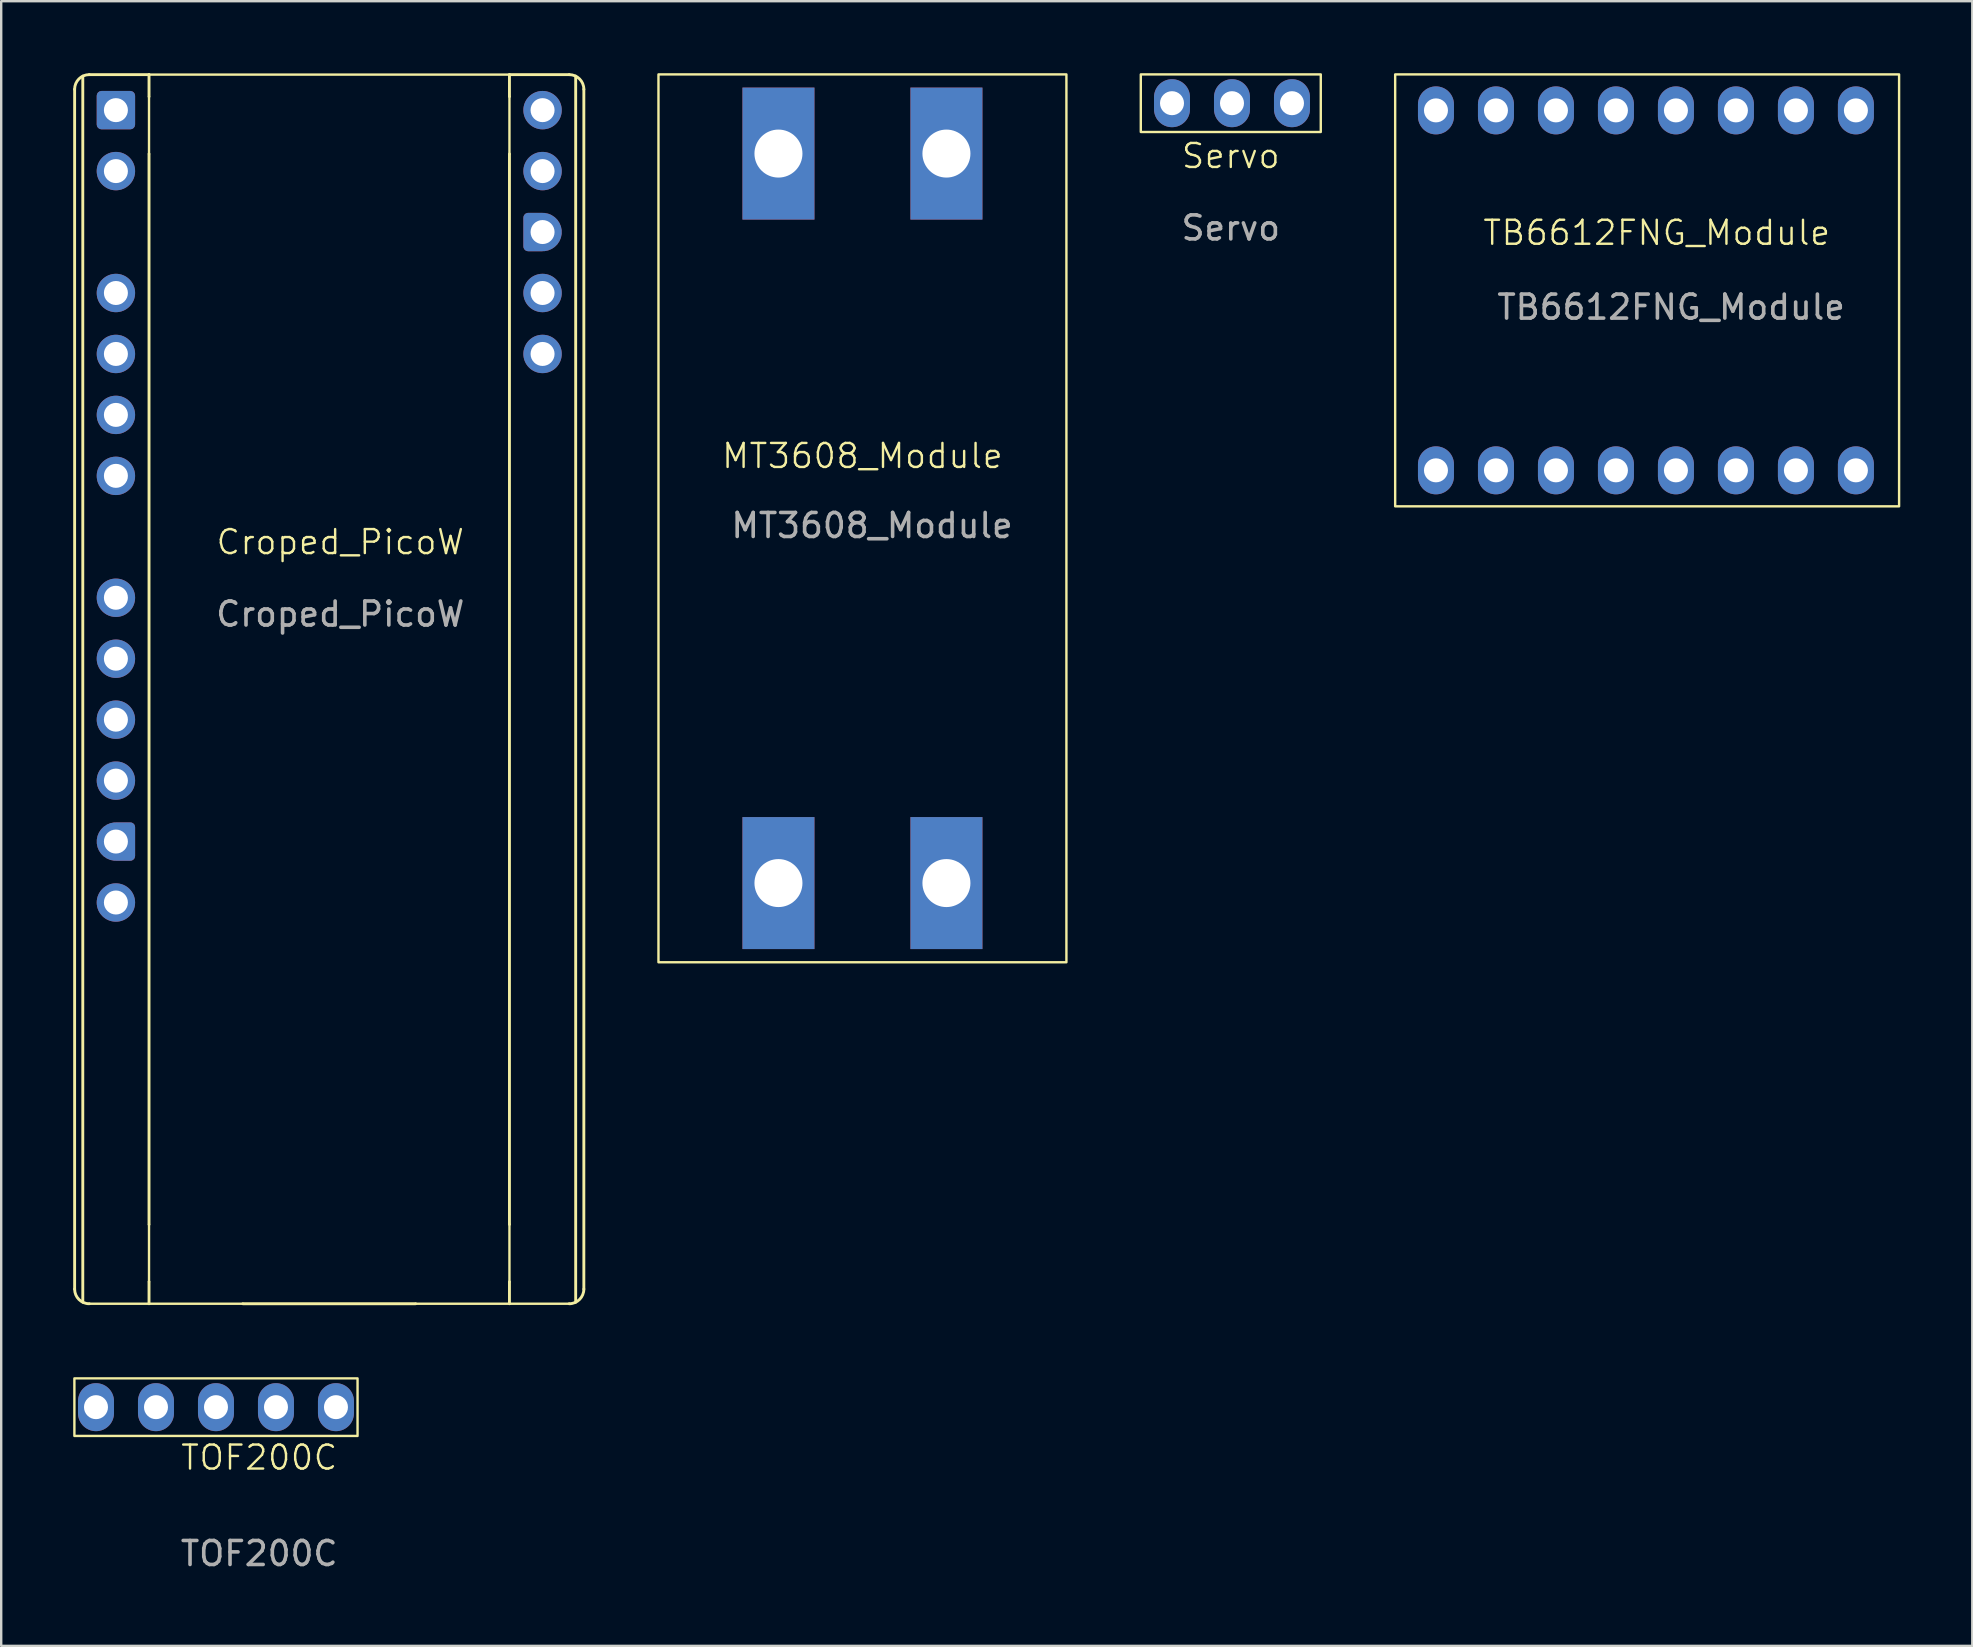
<source format=kicad_pcb>
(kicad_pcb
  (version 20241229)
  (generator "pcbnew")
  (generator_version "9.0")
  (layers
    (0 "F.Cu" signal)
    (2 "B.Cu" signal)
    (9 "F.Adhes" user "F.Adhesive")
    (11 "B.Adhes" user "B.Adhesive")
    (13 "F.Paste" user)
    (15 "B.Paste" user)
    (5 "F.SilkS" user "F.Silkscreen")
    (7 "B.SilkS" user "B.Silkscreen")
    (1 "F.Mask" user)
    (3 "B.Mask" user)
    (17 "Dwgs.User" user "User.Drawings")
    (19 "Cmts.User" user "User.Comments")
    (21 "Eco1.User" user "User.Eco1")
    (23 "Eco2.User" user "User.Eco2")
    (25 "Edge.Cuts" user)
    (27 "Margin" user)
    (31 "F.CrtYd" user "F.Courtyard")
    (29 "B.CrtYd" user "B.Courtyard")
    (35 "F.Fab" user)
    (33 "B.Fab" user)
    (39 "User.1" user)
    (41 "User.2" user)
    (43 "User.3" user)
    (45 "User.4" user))
  (footprint "MT3608_Module"
    (layer "F.Cu")
    (at 34.39 10.05)
    (property "Reference" "MT3608_Module" (at -1.5 5.9 0) (unlocked yes) (layer "F.SilkS") (effects (font (size 1 1) (thickness 0.1))))
    (attr smd)
    (fp_rect (start -10 -10) (end 7 27) (stroke (width 0.1) (type default)) (fill no) (layer "F.SilkS"))
    (fp_text user "${REFERENCE}" (at -1.1 8.8 0) (unlocked yes) (layer "F.Fab") (effects (font (size 1 1) (thickness 0.15))))
    (pad "1" thru_hole rect (at 2 -6.7) (size 3 5.5) (drill 2) (layers "*.Cu" "*.Mask"))
    (pad "2" thru_hole rect (at -5 -6.7) (size 3 5.5) (drill 2) (layers "*.Cu" "*.Mask"))
    (pad "3" thru_hole rect (at 2 23.7) (size 3 5.5) (drill 2) (layers "*.Cu" "*.Mask"))
    (pad "4" thru_hole rect (at -5 23.7) (size 3 5.5) (drill 2) (layers "*.Cu" "*.Mask")))
  (footprint "TB6612FNG_Module"
    (layer "F.Cu")
    (at 66.59 7.25)
    (property "Reference" "TB6612FNG_Module" (at -0.6 -0.6 0) (unlocked yes) (layer "F.SilkS") (effects (font (size 1 1) (thickness 0.1))))
    (attr smd)
    (fp_rect (start -11.5 -7.2) (end 9.5 10.8) (stroke (width 0.1) (type default)) (fill no) (layer "F.SilkS"))
    (fp_text user "${REFERENCE}" (at 0 2.5 0) (unlocked yes) (layer "F.Fab") (effects (font (size 1 1) (thickness 0.15))))
    (pad "1" thru_hole oval (at 7.7 9.3) (size 1.5 2) (drill 1) (layers "*.Cu" "*.Mask"))
    (pad "2" thru_hole oval (at 5.2 9.3) (size 1.5 2) (drill 1) (layers "*.Cu" "*.Mask"))
    (pad "3" thru_hole oval (at 2.7 9.3) (size 1.5 2) (drill 1) (layers "*.Cu" "*.Mask"))
    (pad "4" thru_hole oval (at 0.2 9.3) (size 1.5 2) (drill 1) (layers "*.Cu" "*.Mask"))
    (pad "5" thru_hole oval (at -2.3 9.3) (size 1.5 2) (drill 1) (layers "*.Cu" "*.Mask"))
    (pad "6" thru_hole oval (at -4.8 9.3) (size 1.5 2) (drill 1) (layers "*.Cu" "*.Mask"))
    (pad "7" thru_hole oval (at -7.3 9.3) (size 1.5 2) (drill 1) (layers "*.Cu" "*.Mask"))
    (pad "8" thru_hole oval (at -9.8 9.3) (size 1.5 2) (drill 1) (layers "*.Cu" "*.Mask"))
    (pad "9" thru_hole oval (at 7.7 -5.7) (size 1.5 2) (drill 1) (layers "*.Cu" "*.Mask"))
    (pad "10" thru_hole oval (at 5.2 -5.7) (size 1.5 2) (drill 1) (layers "*.Cu" "*.Mask"))
    (pad "11" thru_hole oval (at 2.7 -5.7) (size 1.5 2) (drill 1) (layers "*.Cu" "*.Mask"))
    (pad "12" thru_hole oval (at 0.2 -5.7) (size 1.5 2) (drill 1) (layers "*.Cu" "*.Mask"))
    (pad "13" thru_hole oval (at -2.3 -5.7) (size 1.5 2) (drill 1) (layers "*.Cu" "*.Mask"))
    (pad "14" thru_hole oval (at -4.8 -5.7) (size 1.5 2) (drill 1) (layers "*.Cu" "*.Mask"))
    (pad "15" thru_hole oval (at -7.3 -5.7) (size 1.5 2) (drill 1) (layers "*.Cu" "*.Mask"))
    (pad "16" thru_hole oval (at -9.8 -5.7) (size 1.5 2) (drill 1) (layers "*.Cu" "*.Mask")))
  (footprint "Servo"
    (layer "F.Cu")
    (at 48.24 3.95)
    (property "Reference" "Servo" (at 0 -0.5 0) (unlocked yes) (layer "F.SilkS") (effects (font (size 1 1) (thickness 0.1))))
    (attr smd)
    (fp_rect (start -3.75 -3.9) (end 3.75 -1.5) (stroke (width 0.1) (type default)) (fill no) (layer "F.SilkS"))
    (fp_text user "${REFERENCE}" (at 0 2.5 0) (unlocked yes) (layer "F.Fab") (effects (font (size 1 1) (thickness 0.15))))
    (pad "1" thru_hole oval (at 2.55 -2.7) (size 1.5 2) (drill 1) (layers "*.Cu" "*.Mask"))
    (pad "2" thru_hole oval (at 0.05 -2.7) (size 1.5 2) (drill 1) (layers "*.Cu" "*.Mask"))
    (pad "3" thru_hole oval (at -2.45 -2.7) (size 1.5 2) (drill 1) (layers "*.Cu" "*.Mask")))
  (footprint "TOF200C"
    (layer "F.Cu")
    (at 7.75 59.19)
    (property "Reference" "TOF200C" (at 0 -1.5 0) (unlocked yes) (layer "F.SilkS") (effects (font (size 1 1) (thickness 0.1))))
    (attr smd)
    (fp_rect (start -7.7 -4.8) (end 4.1 -2.4) (stroke (width 0.1) (type default)) (fill no) (layer "F.SilkS"))
    (fp_text user "${REFERENCE}" (at 0 2.5 0) (unlocked yes) (layer "F.Fab") (effects (font (size 1 1) (thickness 0.15))))
    (pad "1" thru_hole oval (at 3.2 -3.6) (size 1.5 2) (drill 1) (layers "*.Cu" "*.Mask"))
    (pad "2" thru_hole oval (at 0.7 -3.6) (size 1.5 2) (drill 1) (layers "*.Cu" "*.Mask"))
    (pad "3" thru_hole oval (at -1.8 -3.6) (size 1.5 2) (drill 1) (layers "*.Cu" "*.Mask"))
    (pad "4" thru_hole oval (at -6.8 -3.6) (size 1.5 2) (drill 1) (layers "*.Cu" "*.Mask"))
    (pad "4" thru_hole oval (at -4.3 -3.6) (size 1.5 2) (drill 1) (layers "*.Cu" "*.Mask")))
  (footprint "Croped_PicoW"
    (layer "F.Cu")
    (at 11.13 20.04)
    (property "Reference" "Croped_PicoW" (at 0 -0.5 0) (unlocked yes) (layer "F.SilkS") (effects (font (size 1 1) (thickness 0.1))))
    (attr through_hole)
    (fp_line (start -11.07 -19.37) (end -11.07 30.63) (stroke (width 0.12) (type solid)) (layer "F.SilkS"))
    (fp_line (start -10.73 -19.917) (end -10.73 31.177) (stroke (width 0.12) (type solid)) (layer "F.SilkS"))
    (fp_line (start -10.46 -19.98) (end -7.97 -19.98) (stroke (width 0.12) (type solid)) (layer "F.SilkS"))
    (fp_line (start -7.97 -19.98) (end -7.97 -19.066) (stroke (width 0.12) (type solid)) (layer "F.SilkS"))
    (fp_line (start -7.97 -19.98) (end 7.05 -19.98) (stroke (width 0.1) (type default)) (layer "F.SilkS"))
    (fp_line (start -7.97 -16.674) (end -7.97 -19.066) (stroke (width 0.1) (type default)) (layer "F.SilkS"))
    (fp_line (start -7.97 -16.674) (end -7.97 27.934) (stroke (width 0.12) (type solid)) (layer "F.SilkS"))
    (fp_line (start -7.97 30.326) (end -7.97 27.934) (stroke (width 0.1) (type default)) (layer "F.SilkS"))
    (fp_line (start -7.97 30.326) (end -7.97 31.24) (stroke (width 0.12) (type solid)) (layer "F.SilkS"))
    (fp_line (start -7.97 31.24) (end -10.46 31.24) (stroke (width 0.1) (type default)) (layer "F.SilkS"))
    (fp_line (start -4.06 31.24) (end -7.97 31.24) (stroke (width 0.1) (type default)) (layer "F.SilkS"))
    (fp_line (start 3.14 31.24) (end -4.06 31.24) (stroke (width 0.12) (type solid)) (layer "F.SilkS"))
    (fp_line (start 7.05 -19.98) (end 7.05 -19.066) (stroke (width 0.12) (type solid)) (layer "F.SilkS"))
    (fp_line (start 7.05 -19.066) (end 7.05 -16.674) (stroke (width 0.1) (type default)) (layer "F.SilkS"))
    (fp_line (start 7.05 -16.674) (end 7.05 27.934) (stroke (width 0.12) (type solid)) (layer "F.SilkS"))
    (fp_line (start 7.05 30.326) (end 7.05 27.934) (stroke (width 0.1) (type default)) (layer "F.SilkS"))
    (fp_line (start 7.05 30.326) (end 7.05 31.24) (stroke (width 0.12) (type solid)) (layer "F.SilkS"))
    (fp_line (start 7.05 31.24) (end 3.14 31.24) (stroke (width 0.1) (type default)) (layer "F.SilkS"))
    (fp_line (start 7.05 31.24) (end 9.54 31.24) (stroke (width 0.1) (type default)) (layer "F.SilkS"))
    (fp_line (start 9.54 -19.98) (end 7.05 -19.98) (stroke (width 0.12) (type solid)) (layer "F.SilkS"))
    (fp_line (start 9.81 31.177) (end 9.81 -19.917) (stroke (width 0.12) (type solid)) (layer "F.SilkS"))
    (fp_line (start 10.15 -19.37) (end 10.15 30.63) (stroke (width 0.12) (type solid)) (layer "F.SilkS"))
    (fp_arc (start -11.07 -19.37) (mid -10.891335 -19.801335) (end -10.46 -19.98) (stroke (width 0.12) (type solid)) (layer "F.SilkS"))
    (fp_arc (start -10.46 31.24) (mid -10.891364 31.061364) (end -11.07 30.63) (stroke (width 0.12) (type solid)) (layer "F.SilkS"))
    (fp_arc (start 9.54 -19.98) (mid 9.971335 -19.801335) (end 10.15 -19.37) (stroke (width 0.12) (type solid)) (layer "F.SilkS"))
    (fp_arc (start 10.15 30.63) (mid 9.971335 31.061335) (end 9.54 31.24) (stroke (width 0.12) (type solid)) (layer "F.SilkS"))
    (fp_text user "${REFERENCE}" (at 0 2.5 0) (unlocked yes) (layer "F.Fab") (effects (font (size 1 1) (thickness 0.15))))
    (pad "1" thru_hole roundrect (at -9.35 -18.5) (size 1.6 1.6) (drill 1) (layers "*.Cu" "*.Mask") (roundrect_rratio 0.125))
    (pad "2" thru_hole circle (at -9.35 -15.96) (size 1.6 1.6) (drill 1) (layers "*.Cu" "*.Mask"))
    (pad "4" thru_hole circle (at -9.35 -10.88) (size 1.6 1.6) (drill 1) (layers "*.Cu" "*.Mask"))
    (pad "5" thru_hole circle (at -9.35 -8.34) (size 1.6 1.6) (drill 1) (layers "*.Cu" "*.Mask"))
    (pad "6" thru_hole circle (at -9.35 -5.8) (size 1.6 1.6) (drill 1) (layers "*.Cu" "*.Mask"))
    (pad "7" thru_hole circle (at -9.35 -3.26) (size 1.6 1.6) (drill 1) (layers "*.Cu" "*.Mask"))
    (pad "9" thru_hole circle (at -9.35 1.82) (size 1.6 1.6) (drill 1) (layers "*.Cu" "*.Mask"))
    (pad "10" thru_hole circle (at -9.35 4.36) (size 1.6 1.6) (drill 1) (layers "*.Cu" "*.Mask"))
    (pad "11" thru_hole circle (at -9.35 6.9) (size 1.6 1.6) (drill 1) (layers "*.Cu" "*.Mask"))
    (pad "12" thru_hole circle (at -9.35 9.44) (size 1.6 1.6) (drill 1) (layers "*.Cu" "*.Mask"))
    (pad "13" thru_hole custom (at -9.35 11.98) (size 1.6 1.6) (drill 1) (layers "*.Cu" "*.Mask") (options (anchor circle)) (primitives (gr_poly (pts (xy 0.8 0.6) (xy 0.8 -0.6) (xy 0.6 -0.8) (xy 0 -0.8) (xy 0 0.8) (xy 0.6 0.8)) (width 0) (fill yes)) (gr_circle (center 0.6 0.6) (end 0.8 0.6) (width 0) (fill yes)) (gr_circle (center 0.6 -0.6) (end 0.8 -0.6) (width 0) (fill yes))))
    (pad "14" thru_hole circle (at -9.35 14.52) (size 1.6 1.6) (drill 1) (layers "*.Cu" "*.Mask"))
    (pad "36" thru_hole circle (at 8.43 -8.34) (size 1.6 1.6) (drill 1) (layers "*.Cu" "*.Mask"))
    (pad "37" thru_hole circle (at 8.43 -10.88) (size 1.6 1.6) (drill 1) (layers "*.Cu" "*.Mask"))
    (pad "38" thru_hole custom (at 8.43 -13.42) (size 1.6 1.6) (drill 1) (layers "*.Cu" "*.Mask") (options (anchor circle)) (primitives (gr_poly (pts (xy -0.8 0.6) (xy -0.8 -0.6) (xy -0.6 -0.8) (xy 0 -0.8) (xy 0 0.8) (xy -0.6 0.8)) (width 0) (fill yes)) (gr_circle (center -0.6 0.6) (end -0.4 0.6) (width 0) (fill yes)) (gr_circle (center -0.6 -0.6) (end -0.4 -0.6) (width 0) (fill yes))))
    (pad "39" thru_hole circle (at 8.43 -15.96) (size 1.6 1.6) (drill 1) (layers "*.Cu" "*.Mask"))
    (pad "40" thru_hole circle (at 8.43 -18.5) (size 1.6 1.6) (drill 1) (layers "*.Cu" "*.Mask")))
  (gr_rect
    (start -3 -3)
    (end 79.14 65.538)
    (stroke (width 0.1) (type default))
    (fill no)
    (layer "Edge.Cuts")))
</source>
